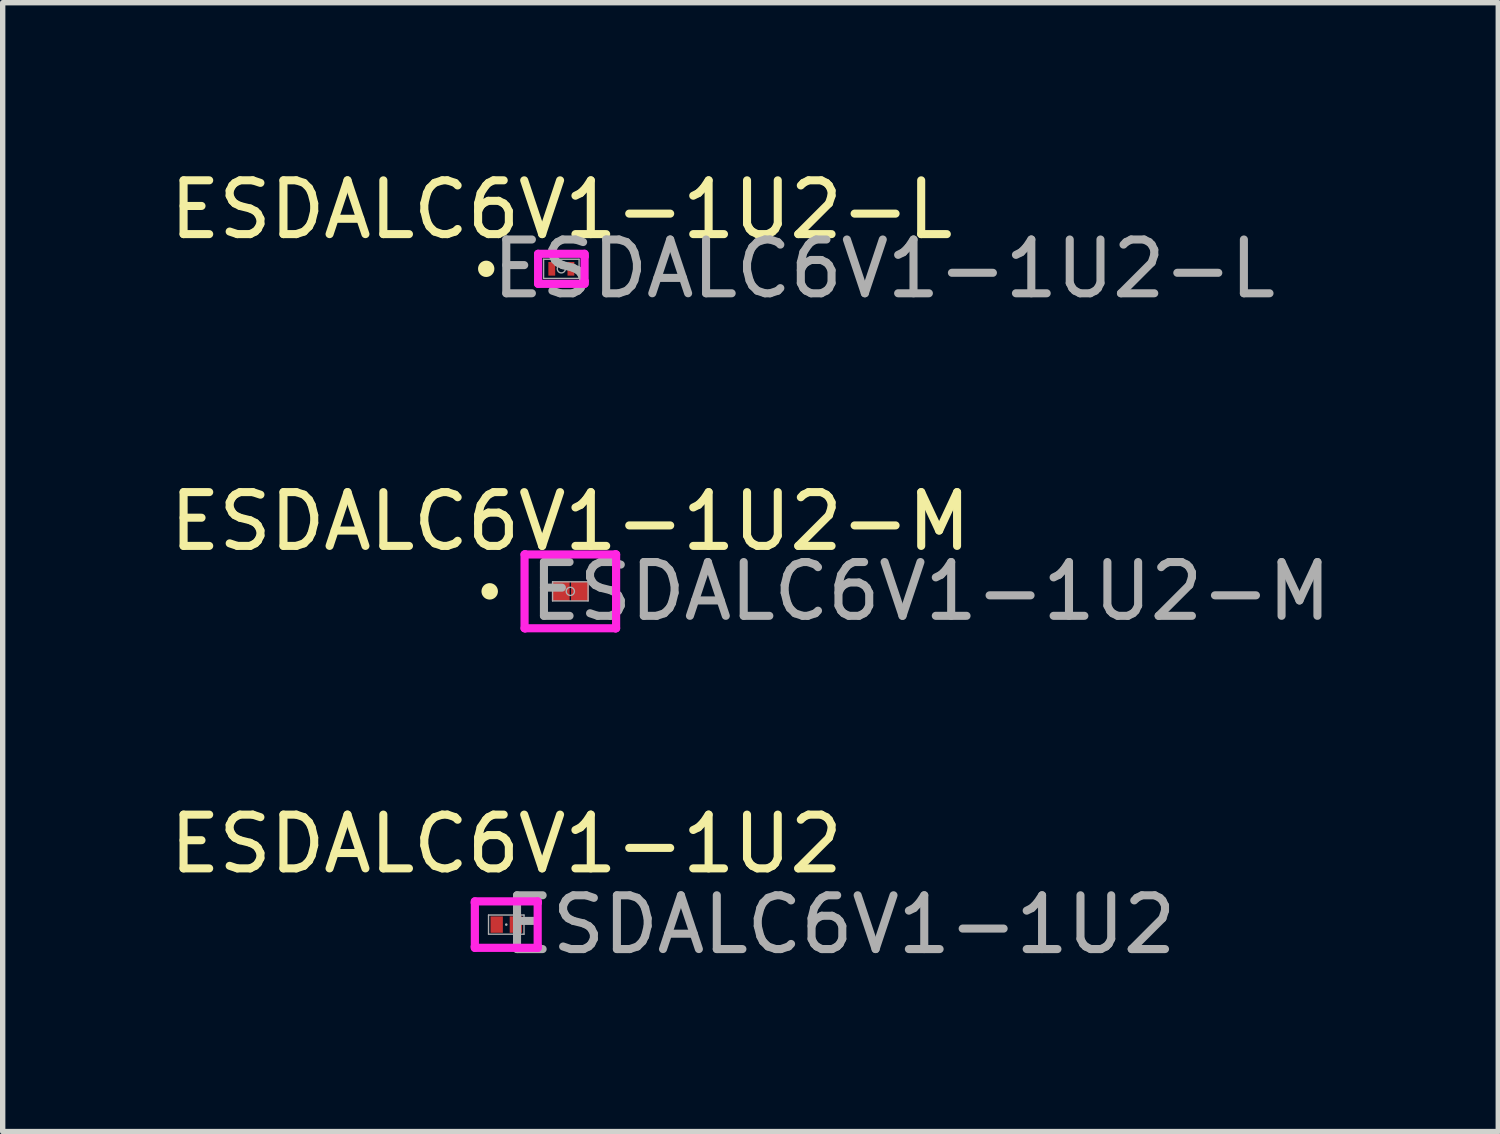
<source format=kicad_pcb>
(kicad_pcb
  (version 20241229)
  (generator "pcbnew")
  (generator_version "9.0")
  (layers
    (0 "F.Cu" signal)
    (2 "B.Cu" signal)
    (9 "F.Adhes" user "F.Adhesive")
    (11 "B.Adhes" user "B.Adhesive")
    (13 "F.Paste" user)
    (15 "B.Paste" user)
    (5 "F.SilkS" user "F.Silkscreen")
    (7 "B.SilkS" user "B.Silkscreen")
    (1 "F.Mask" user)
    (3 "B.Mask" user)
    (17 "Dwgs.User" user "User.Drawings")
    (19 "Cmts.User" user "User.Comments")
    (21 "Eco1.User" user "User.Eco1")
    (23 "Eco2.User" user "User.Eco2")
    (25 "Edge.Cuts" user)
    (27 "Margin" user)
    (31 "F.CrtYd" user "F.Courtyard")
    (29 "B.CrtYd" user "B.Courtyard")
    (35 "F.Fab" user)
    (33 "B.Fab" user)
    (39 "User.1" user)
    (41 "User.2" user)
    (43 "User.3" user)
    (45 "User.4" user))
  (footprint "ESDALC6V1-1U2"
    (layer "F.Cu")
    (at 6.363 14.141)
    (property "Reference" "ESDALC6V1-1U2" (at 0 -1.5 0) (unlocked yes) (layer "F.SilkS") (effects (font (size 1 1) (thickness 0.15))))
    (attr smd)
    (fp_line (start -0.584 -0.432) (end 0.584 -0.432) (stroke (width 0.152) (type solid)) (layer "F.CrtYd"))
    (fp_line (start -0.584 -0.406) (end -0.584 -0.432) (stroke (width 0.152) (type solid)) (layer "F.CrtYd"))
    (fp_line (start -0.584 -0.406) (end -0.584 -0.406) (stroke (width 0.152) (type solid)) (layer "F.CrtYd"))
    (fp_line (start -0.584 0.406) (end -0.584 -0.406) (stroke (width 0.152) (type solid)) (layer "F.CrtYd"))
    (fp_line (start -0.584 0.406) (end -0.584 0.406) (stroke (width 0.152) (type solid)) (layer "F.CrtYd"))
    (fp_line (start -0.584 0.432) (end -0.584 0.406) (stroke (width 0.152) (type solid)) (layer "F.CrtYd"))
    (fp_line (start 0.584 -0.432) (end 0.584 -0.406) (stroke (width 0.152) (type solid)) (layer "F.CrtYd"))
    (fp_line (start 0.584 -0.406) (end 0.584 -0.406) (stroke (width 0.152) (type solid)) (layer "F.CrtYd"))
    (fp_line (start 0.584 -0.406) (end 0.584 0.406) (stroke (width 0.152) (type solid)) (layer "F.CrtYd"))
    (fp_line (start 0.584 0.406) (end 0.584 0.406) (stroke (width 0.152) (type solid)) (layer "F.CrtYd"))
    (fp_line (start 0.584 0.406) (end 0.584 0.432) (stroke (width 0.152) (type solid)) (layer "F.CrtYd"))
    (fp_line (start 0.584 0.432) (end -0.584 0.432) (stroke (width 0.152) (type solid)) (layer "F.CrtYd"))
    (fp_line (start -0.33 -0.178) (end -0.33 0.178) (stroke (width 0.025) (type solid)) (layer "F.Fab"))
    (fp_line (start -0.33 0.178) (end 0.33 0.178) (stroke (width 0.025) (type solid)) (layer "F.Fab"))
    (fp_line (start 0.33 -0.178) (end -0.33 -0.178) (stroke (width 0.025) (type solid)) (layer "F.Fab"))
    (fp_line (start 0.33 0.178) (end 0.33 -0.178) (stroke (width 0.025) (type solid)) (layer "F.Fab"))
    (fp_circle (center 0 0) (end 0 0) (stroke (width 0.025) (type solid)) (fill no) (layer "F.Fab"))
    (fp_text user "${REFERENCE}" (at 6.2 0 0) (unlocked yes) (layer "F.Fab") (effects (font (size 1 1) (thickness 0.15))))
    (pad "2" smd rect (at 0.178 0) (size 0.229 0.305) (layers "F.Cu" "F.Mask" "F.Paste"))
    (pad "e" smd rect (at -0.178 0) (size 0.229 0.305) (layers "F.Cu" "F.Mask" "F.Paste")))
  (footprint "ESDALC6V1-1U2-L"
    (layer "F.Cu")
    (at 7.387 1.948)
    (property "Reference" "ESDALC6V1-1U2-L" (at 0 -1.1 0) (unlocked yes) (layer "F.SilkS") (effects (font (size 1 1) (thickness 0.15))))
    (attr smd)
    (fp_circle (center -1.397 0) (end -1.321 0) (stroke (width 0.152) (type solid)) (fill no) (layer "F.SilkS"))
    (fp_line (start -0.432 -0.279) (end 0.432 -0.279) (stroke (width 0.152) (type solid)) (layer "F.CrtYd"))
    (fp_line (start -0.432 -0.229) (end -0.432 -0.279) (stroke (width 0.152) (type solid)) (layer "F.CrtYd"))
    (fp_line (start -0.432 -0.229) (end -0.432 -0.229) (stroke (width 0.152) (type solid)) (layer "F.CrtYd"))
    (fp_line (start -0.432 0.229) (end -0.432 -0.229) (stroke (width 0.152) (type solid)) (layer "F.CrtYd"))
    (fp_line (start -0.432 0.229) (end -0.432 0.229) (stroke (width 0.152) (type solid)) (layer "F.CrtYd"))
    (fp_line (start -0.432 0.279) (end -0.432 0.229) (stroke (width 0.152) (type solid)) (layer "F.CrtYd"))
    (fp_line (start 0.432 -0.279) (end 0.432 -0.229) (stroke (width 0.152) (type solid)) (layer "F.CrtYd"))
    (fp_line (start 0.432 -0.229) (end 0.432 -0.229) (stroke (width 0.152) (type solid)) (layer "F.CrtYd"))
    (fp_line (start 0.432 -0.229) (end 0.432 0.229) (stroke (width 0.152) (type solid)) (layer "F.CrtYd"))
    (fp_line (start 0.432 0.229) (end 0.432 0.229) (stroke (width 0.152) (type solid)) (layer "F.CrtYd"))
    (fp_line (start 0.432 0.229) (end 0.432 0.279) (stroke (width 0.152) (type solid)) (layer "F.CrtYd"))
    (fp_line (start 0.432 0.279) (end -0.432 0.279) (stroke (width 0.152) (type solid)) (layer "F.CrtYd"))
    (fp_line (start -0.33 -0.178) (end -0.33 0.178) (stroke (width 0.025) (type solid)) (layer "F.Fab"))
    (fp_line (start -0.33 0.178) (end 0.33 0.178) (stroke (width 0.025) (type solid)) (layer "F.Fab"))
    (fp_line (start 0.33 -0.178) (end -0.33 -0.178) (stroke (width 0.025) (type solid)) (layer "F.Fab"))
    (fp_line (start 0.33 0.178) (end 0.33 -0.178) (stroke (width 0.025) (type solid)) (layer "F.Fab"))
    (fp_circle (center 0 0) (end 0.076 0) (stroke (width 0.025) (type solid)) (fill no) (layer "F.Fab"))
    (fp_text user "${REFERENCE}" (at 6 0 0) (unlocked yes) (layer "F.Fab") (effects (font (size 1 1) (thickness 0.15))))
    (pad "1" smd rect (at -0.178 0) (size 0.127 0.254) (layers "F.Cu" "F.Mask" "F.Paste"))
    (pad "2" smd rect (at 0.178 0) (size 0.127 0.254) (layers "F.Cu" "F.Mask" "F.Paste")))
  (footprint "ESDALC6V1-1U2-M"
    (layer "F.Cu")
    (at 7.554 7.945)
    (property "Reference" "ESDALC6V1-1U2-M" (at 0 -1.3 0) (unlocked yes) (layer "F.SilkS") (effects (font (size 1 1) (thickness 0.15))))
    (attr smd)
    (fp_circle (center -1.499 0) (end -1.422 0) (stroke (width 0.152) (type solid)) (fill no) (layer "F.SilkS"))
    (fp_line (start -0.851 -0.686) (end -0.838 -0.686) (stroke (width 0.152) (type solid)) (layer "F.CrtYd"))
    (fp_line (start -0.851 0.686) (end -0.851 -0.686) (stroke (width 0.152) (type solid)) (layer "F.CrtYd"))
    (fp_line (start -0.851 0.686) (end -0.838 0.686) (stroke (width 0.152) (type solid)) (layer "F.CrtYd"))
    (fp_line (start -0.838 -0.686) (end -0.838 -0.686) (stroke (width 0.152) (type solid)) (layer "F.CrtYd"))
    (fp_line (start -0.838 -0.686) (end 0.838 -0.686) (stroke (width 0.152) (type solid)) (layer "F.CrtYd"))
    (fp_line (start -0.838 0.686) (end -0.838 0.686) (stroke (width 0.152) (type solid)) (layer "F.CrtYd"))
    (fp_line (start 0.838 -0.686) (end 0.838 -0.686) (stroke (width 0.152) (type solid)) (layer "F.CrtYd"))
    (fp_line (start 0.838 0.686) (end -0.838 0.686) (stroke (width 0.152) (type solid)) (layer "F.CrtYd"))
    (fp_line (start 0.838 0.686) (end 0.838 0.686) (stroke (width 0.152) (type solid)) (layer "F.CrtYd"))
    (fp_line (start 0.851 -0.686) (end 0.838 -0.686) (stroke (width 0.152) (type solid)) (layer "F.CrtYd"))
    (fp_line (start 0.851 -0.686) (end 0.851 0.686) (stroke (width 0.152) (type solid)) (layer "F.CrtYd"))
    (fp_line (start 0.851 0.686) (end 0.838 0.686) (stroke (width 0.152) (type solid)) (layer "F.CrtYd"))
    (fp_line (start -0.33 -0.178) (end -0.33 0.178) (stroke (width 0.025) (type solid)) (layer "F.Fab"))
    (fp_line (start -0.33 0.178) (end 0.33 0.178) (stroke (width 0.025) (type solid)) (layer "F.Fab"))
    (fp_line (start 0.33 -0.178) (end -0.33 -0.178) (stroke (width 0.025) (type solid)) (layer "F.Fab"))
    (fp_line (start 0.33 0.178) (end 0.33 -0.178) (stroke (width 0.025) (type solid)) (layer "F.Fab"))
    (fp_circle (center 0 0) (end 0.076 0) (stroke (width 0.025) (type solid)) (fill no) (layer "F.Fab"))
    (fp_text user "${REFERENCE}" (at 6.7 0 0) (unlocked yes) (layer "F.Fab") (effects (font (size 1 1) (thickness 0.15))))
    (pad "1" smd rect (at -0.178 0) (size 0.33 0.356) (layers "F.Cu" "F.Mask" "F.Paste"))
    (pad "2" smd rect (at 0.178 0) (size 0.33 0.356) (layers "F.Cu" "F.Mask" "F.Paste")))
  (gr_rect
    (start -3 -3)
    (end 24.807 17.989)
    (stroke (width 0.1) (type default))
    (fill no)
    (layer "Edge.Cuts")))
</source>
